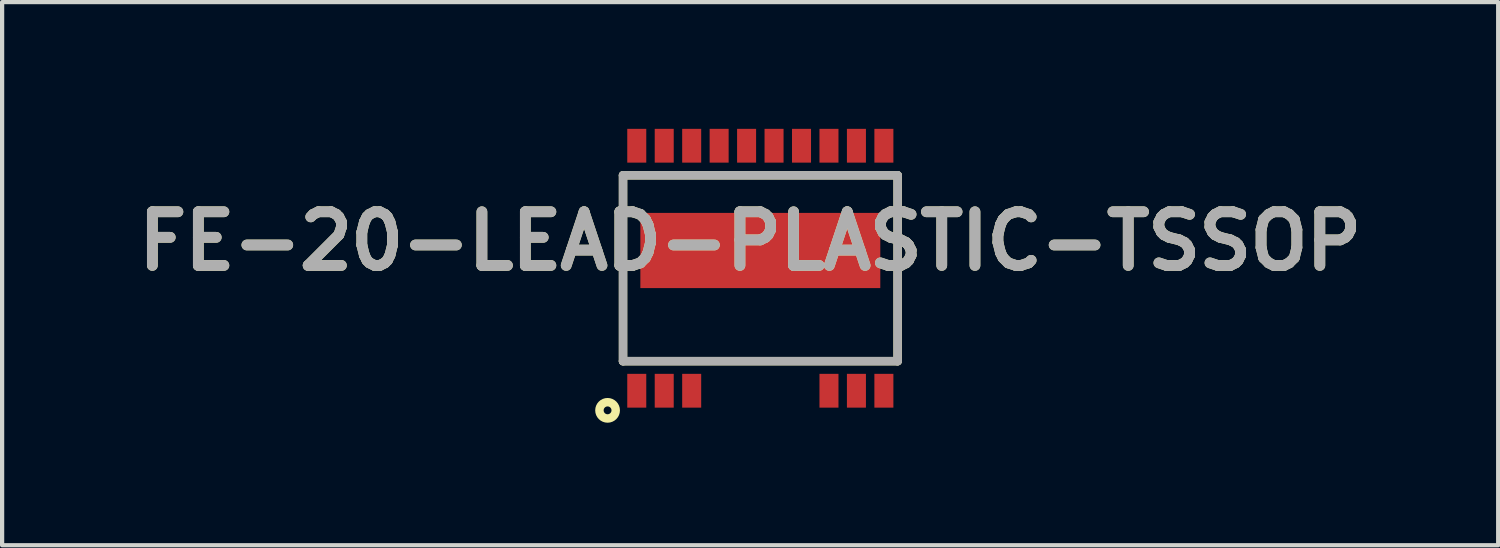
<source format=kicad_pcb>
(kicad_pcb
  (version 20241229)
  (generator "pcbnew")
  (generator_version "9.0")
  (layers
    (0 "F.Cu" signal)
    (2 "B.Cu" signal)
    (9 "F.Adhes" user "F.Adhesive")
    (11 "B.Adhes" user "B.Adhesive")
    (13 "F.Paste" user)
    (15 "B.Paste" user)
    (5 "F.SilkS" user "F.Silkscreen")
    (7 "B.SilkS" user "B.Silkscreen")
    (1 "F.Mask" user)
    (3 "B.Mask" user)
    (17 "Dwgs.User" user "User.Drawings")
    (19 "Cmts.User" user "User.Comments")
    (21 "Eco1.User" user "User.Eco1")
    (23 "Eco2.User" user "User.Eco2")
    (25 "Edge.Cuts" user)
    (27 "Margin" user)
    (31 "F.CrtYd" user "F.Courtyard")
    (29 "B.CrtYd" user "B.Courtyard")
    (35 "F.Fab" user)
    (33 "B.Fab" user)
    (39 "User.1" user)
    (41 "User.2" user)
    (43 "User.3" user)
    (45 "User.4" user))
  (footprint "FE-20-LEAD-PLASTIC-TSSOP"
    (layer "F.Cu")
    (at 14.949 3.3)
    (property "Reference" "FE-20-LEAD-PLASTIC-TSSOP" (at -0.241 -0.641 0) (layer "F.SilkS") (effects (font (size 1.27 1.27) (thickness 0.254))))
    (attr smd)
    (fp_line (start -3.25 -2.2) (end 3.25 -2.2) (stroke (width 0.2) (type solid)) (layer "F.SilkS"))
    (fp_line (start -3.25 2.2) (end -3.25 -2.2) (stroke (width 0.2) (type solid)) (layer "F.SilkS"))
    (fp_line (start 3.25 -2.2) (end 3.25 2.2) (stroke (width 0.2) (type solid)) (layer "F.SilkS"))
    (fp_line (start 3.25 2.2) (end -3.25 2.2) (stroke (width 0.2) (type solid)) (layer "F.SilkS"))
    (fp_circle (center -3.616 3.364) (end -3.616 3.457) (stroke (width 0.2) (type solid)) (fill no) (layer "F.SilkS"))
    (fp_line (start -3.25 -2.2) (end 3.25 -2.2) (stroke (width 0.2) (type solid)) (layer "F.Fab"))
    (fp_line (start -3.25 2.2) (end -3.25 -2.2) (stroke (width 0.2) (type solid)) (layer "F.Fab"))
    (fp_line (start 3.25 -2.2) (end 3.25 2.2) (stroke (width 0.2) (type solid)) (layer "F.Fab"))
    (fp_line (start 3.25 2.2) (end -3.25 2.2) (stroke (width 0.2) (type solid)) (layer "F.Fab"))
    (fp_text user "${REFERENCE}" (at -0.241 -0.641 0) (layer "F.Fab") (effects (font (size 1.27 1.27) (thickness 0.254))))
    (pad "1" smd rect (at -2.925 2.9) (size 0.45 0.8) (layers "F.Cu" "F.Mask" "F.Paste"))
    (pad "2" smd rect (at -2.275 2.9) (size 0.45 0.8) (layers "F.Cu" "F.Mask" "F.Paste"))
    (pad "3" smd rect (at -1.625 2.9) (size 0.45 0.8) (layers "F.Cu" "F.Mask" "F.Paste"))
    (pad "8" smd rect (at 1.625 2.9) (size 0.45 0.8) (layers "F.Cu" "F.Mask" "F.Paste"))
    (pad "9" smd rect (at 2.275 2.9) (size 0.45 0.8) (layers "F.Cu" "F.Mask" "F.Paste"))
    (pad "10" smd rect (at 2.925 2.9) (size 0.45 0.8) (layers "F.Cu" "F.Mask" "F.Paste"))
    (pad "11" smd rect (at 2.925 -2.9) (size 0.45 0.8) (layers "F.Cu" "F.Mask" "F.Paste"))
    (pad "12" smd rect (at 2.275 -2.9) (size 0.45 0.8) (layers "F.Cu" "F.Mask" "F.Paste"))
    (pad "13" smd rect (at 1.625 -2.9) (size 0.45 0.8) (layers "F.Cu" "F.Mask" "F.Paste"))
    (pad "14" smd rect (at 0.975 -2.9) (size 0.45 0.8) (layers "F.Cu" "F.Mask" "F.Paste"))
    (pad "15" smd rect (at 0.325 -2.9) (size 0.45 0.8) (layers "F.Cu" "F.Mask" "F.Paste"))
    (pad "16" smd rect (at -0.325 -2.9) (size 0.45 0.8) (layers "F.Cu" "F.Mask" "F.Paste"))
    (pad "17" smd rect (at -0.975 -2.9) (size 0.45 0.8) (layers "F.Cu" "F.Mask" "F.Paste"))
    (pad "18" smd rect (at -1.625 -2.9) (size 0.45 0.8) (layers "F.Cu" "F.Mask" "F.Paste"))
    (pad "19" smd rect (at -2.275 -2.9) (size 0.45 0.8) (layers "F.Cu" "F.Mask" "F.Paste"))
    (pad "20" smd rect (at -2.925 -2.9) (size 0.45 0.8) (layers "F.Cu" "F.Mask" "F.Paste"))
    (pad "21" smd rect (at 0 -0.42 90) (size 1.78 5.68) (layers "F.Cu" "F.Mask" "F.Paste")))
  (gr_rect
    (start -3 -3)
    (end 32.416 9.857)
    (stroke (width 0.1) (type default))
    (fill no)
    (layer "Edge.Cuts")))
</source>
